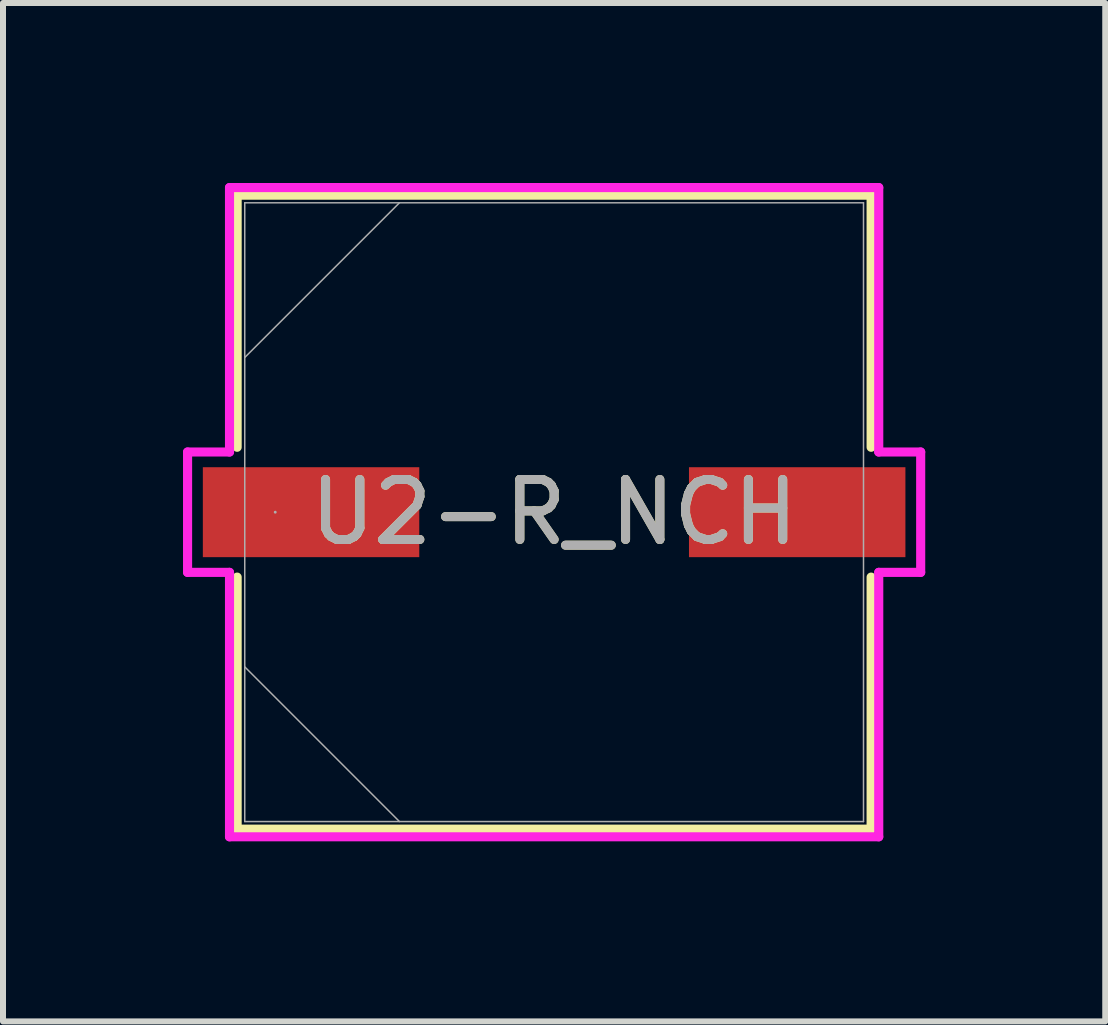
<source format=kicad_pcb>
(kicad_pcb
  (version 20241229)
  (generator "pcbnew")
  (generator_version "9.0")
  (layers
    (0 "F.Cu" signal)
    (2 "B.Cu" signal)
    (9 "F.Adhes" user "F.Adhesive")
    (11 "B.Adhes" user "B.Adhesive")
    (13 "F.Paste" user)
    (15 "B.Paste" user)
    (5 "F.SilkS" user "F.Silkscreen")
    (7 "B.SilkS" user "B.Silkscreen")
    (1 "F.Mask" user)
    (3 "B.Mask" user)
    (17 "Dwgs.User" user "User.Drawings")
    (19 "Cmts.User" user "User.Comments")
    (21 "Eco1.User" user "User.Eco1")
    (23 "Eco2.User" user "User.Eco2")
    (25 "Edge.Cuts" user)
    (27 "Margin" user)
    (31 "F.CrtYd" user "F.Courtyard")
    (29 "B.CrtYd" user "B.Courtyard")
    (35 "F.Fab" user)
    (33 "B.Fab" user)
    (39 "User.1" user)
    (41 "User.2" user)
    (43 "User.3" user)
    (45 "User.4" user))
  (footprint "U2-R_NCH"
    (layer "F.Cu")
    (at 6.185 5.486)
    (property "Reference" "U2-R_NCH" (at 0 0 0) (unlocked yes) (layer "F.SilkS") (effects (font (size 1 1) (thickness 0.15))))
    (attr smd)
    (fp_line (start -5.283 -5.283) (end -5.283 -1.082) (stroke (width 0.152) (type solid)) (layer "F.SilkS"))
    (fp_line (start -5.283 1.082) (end -5.283 5.283) (stroke (width 0.152) (type solid)) (layer "F.SilkS"))
    (fp_line (start -5.283 5.283) (end 5.283 5.283) (stroke (width 0.152) (type solid)) (layer "F.SilkS"))
    (fp_line (start 5.283 -5.283) (end -5.283 -5.283) (stroke (width 0.152) (type solid)) (layer "F.SilkS"))
    (fp_line (start 5.283 -1.082) (end 5.283 -5.283) (stroke (width 0.152) (type solid)) (layer "F.SilkS"))
    (fp_line (start 5.283 5.283) (end 5.283 1.082) (stroke (width 0.152) (type solid)) (layer "F.SilkS"))
    (fp_line (start -6.109 -1.003) (end -5.41 -1.003) (stroke (width 0.152) (type solid)) (layer "F.CrtYd"))
    (fp_line (start -6.109 1.003) (end -6.109 -1.003) (stroke (width 0.152) (type solid)) (layer "F.CrtYd"))
    (fp_line (start -5.41 -5.41) (end 5.41 -5.41) (stroke (width 0.152) (type solid)) (layer "F.CrtYd"))
    (fp_line (start -5.41 -1.003) (end -5.41 -5.41) (stroke (width 0.152) (type solid)) (layer "F.CrtYd"))
    (fp_line (start -5.41 1.003) (end -6.109 1.003) (stroke (width 0.152) (type solid)) (layer "F.CrtYd"))
    (fp_line (start -5.41 5.41) (end -5.41 1.003) (stroke (width 0.152) (type solid)) (layer "F.CrtYd"))
    (fp_line (start 5.41 -5.41) (end 5.41 -1.003) (stroke (width 0.152) (type solid)) (layer "F.CrtYd"))
    (fp_line (start 5.41 -1.003) (end 6.109 -1.003) (stroke (width 0.152) (type solid)) (layer "F.CrtYd"))
    (fp_line (start 5.41 1.003) (end 5.41 5.41) (stroke (width 0.152) (type solid)) (layer "F.CrtYd"))
    (fp_line (start 5.41 5.41) (end -5.41 5.41) (stroke (width 0.152) (type solid)) (layer "F.CrtYd"))
    (fp_line (start 6.109 -1.003) (end 6.109 1.003) (stroke (width 0.152) (type solid)) (layer "F.CrtYd"))
    (fp_line (start 6.109 1.003) (end 5.41 1.003) (stroke (width 0.152) (type solid)) (layer "F.CrtYd"))
    (fp_line (start -5.156 -5.156) (end -5.156 5.156) (stroke (width 0.025) (type solid)) (layer "F.Fab"))
    (fp_line (start -5.156 -2.578) (end -2.578 -5.156) (stroke (width 0.025) (type solid)) (layer "F.Fab"))
    (fp_line (start -5.156 2.578) (end -2.578 5.156) (stroke (width 0.025) (type solid)) (layer "F.Fab"))
    (fp_line (start -5.156 5.156) (end 5.156 5.156) (stroke (width 0.025) (type solid)) (layer "F.Fab"))
    (fp_line (start 5.156 -5.156) (end -5.156 -5.156) (stroke (width 0.025) (type solid)) (layer "F.Fab"))
    (fp_line (start 5.156 5.156) (end 5.156 -5.156) (stroke (width 0.025) (type solid)) (layer "F.Fab"))
    (fp_circle (center -4.648 0) (end -4.648 0) (stroke (width 0.025) (type solid)) (fill no) (layer "F.Fab"))
    (fp_text user "${REFERENCE}" (at 0 0 0) (unlocked yes) (layer "F.Fab") (effects (font (size 1 1) (thickness 0.15))))
    (pad "1" smd rect (at -4.051 0) (size 3.607 1.499) (layers "F.Cu" "F.Mask" "F.Paste"))
    (pad "2" smd rect (at 4.051 0) (size 3.607 1.499) (layers "F.Cu" "F.Mask" "F.Paste"))
    (zone (net_name "") (layer "F.Cu") (hatch full 0.508) (connect_pads) (min_thickness 0.254) (filled_areas_thickness no) (keepout (tracks not_allowed) (vias not_allowed) (pads allowed) (copperpour not_allowed) (footprints allowed)) (placement (enabled no)) (fill) (polygon (pts (xy 1.079 0.381) (xy 11.29 0.381) (xy 11.29 4.686) (xy 1.079 4.686))))
    (zone (net_name "") (layer "F.Cu") (hatch full 0.508) (connect_pads) (min_thickness 0.254) (filled_areas_thickness no) (keepout (tracks not_allowed) (vias not_allowed) (pads allowed) (copperpour not_allowed) (footprints allowed)) (placement (enabled no)) (fill) (polygon (pts (xy 1.079 6.287) (xy 11.29 6.287) (xy 11.29 10.592) (xy 1.079 10.592))))
    (zone (net_name "") (layer "F.Cu") (hatch full 0.508) (connect_pads) (min_thickness 0.254) (filled_areas_thickness no) (keepout (tracks not_allowed) (vias not_allowed) (pads allowed) (copperpour not_allowed) (footprints allowed)) (placement (enabled no)) (fill) (polygon (pts (xy 3.988 4.686) (xy 8.382 4.686) (xy 8.382 6.287) (xy 3.988 6.287)))))
  (gr_rect
    (start -3 -3)
    (end 15.37 13.973)
    (stroke (width 0.1) (type default))
    (fill no)
    (layer "Edge.Cuts")))
</source>
